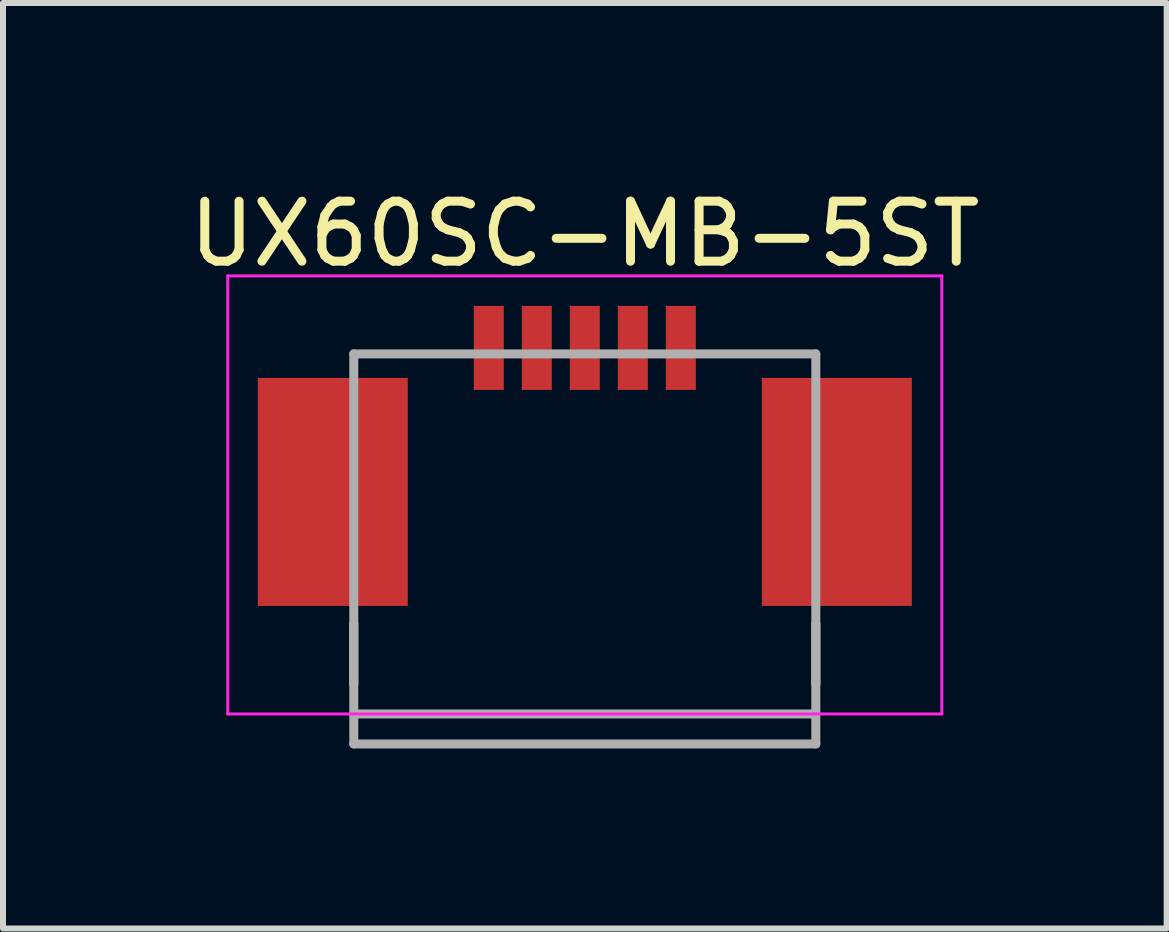
<source format=kicad_pcb>
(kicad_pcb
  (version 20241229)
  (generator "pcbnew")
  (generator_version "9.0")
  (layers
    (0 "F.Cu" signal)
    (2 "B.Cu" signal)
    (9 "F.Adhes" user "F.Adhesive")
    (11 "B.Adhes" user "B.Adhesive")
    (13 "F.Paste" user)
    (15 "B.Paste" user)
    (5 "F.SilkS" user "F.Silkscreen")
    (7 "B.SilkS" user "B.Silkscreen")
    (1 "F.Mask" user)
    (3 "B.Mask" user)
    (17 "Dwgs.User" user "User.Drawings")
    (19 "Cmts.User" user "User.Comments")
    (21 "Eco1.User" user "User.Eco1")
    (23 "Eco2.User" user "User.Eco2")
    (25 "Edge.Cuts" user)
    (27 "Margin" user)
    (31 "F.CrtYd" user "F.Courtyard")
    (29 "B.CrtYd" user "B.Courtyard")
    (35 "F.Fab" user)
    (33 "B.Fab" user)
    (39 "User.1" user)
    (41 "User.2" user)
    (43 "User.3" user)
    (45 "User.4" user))
  (footprint "UX60SC-MB-5ST"
    (layer "F.Cu")
    (at 6.696 8.848)
    (property "Reference" "UX60SC-MB-5ST" (at 0 -8 0) (layer "F.SilkS") (effects (font (size 1 1) (thickness 0.15))))
    (attr smd)
    (fp_line (start -3.85 -1.5) (end -3.85 -0.5) (stroke (width 0.15) (type solid)) (layer "F.SilkS"))
    (fp_line (start 3.85 -1.5) (end 3.85 -0.5) (stroke (width 0.15) (type solid)) (layer "F.SilkS"))
    (fp_line (start -5.95 -7.3) (end -5.95 0) (stroke (width 0.05) (type solid)) (layer "F.CrtYd"))
    (fp_line (start -5.95 -7.3) (end 5.95 -7.3) (stroke (width 0.05) (type solid)) (layer "F.CrtYd"))
    (fp_line (start -5.95 0) (end 5.95 0) (stroke (width 0.05) (type solid)) (layer "F.CrtYd"))
    (fp_line (start 5.95 -7.3) (end 5.95 0) (stroke (width 0.05) (type solid)) (layer "F.CrtYd"))
    (fp_line (start -3.85 -6) (end -3.85 0.5) (stroke (width 0.15) (type solid)) (layer "F.Fab"))
    (fp_line (start -3.85 -6) (end 3.85 -6) (stroke (width 0.15) (type solid)) (layer "F.Fab"))
    (fp_line (start -3.85 0) (end 3.85 0) (stroke (width 0.15) (type solid)) (layer "F.Fab"))
    (fp_line (start -3.85 0.5) (end 3.85 0.5) (stroke (width 0.15) (type solid)) (layer "F.Fab"))
    (fp_line (start 3.85 -6) (end 3.85 0.5) (stroke (width 0.15) (type solid)) (layer "F.Fab"))
    (pad "1" smd rect (at -1.6 -6.1) (size 0.5 1.4) (layers "F.Cu" "F.Mask" "F.Paste"))
    (pad "2" smd rect (at -0.8 -6.1) (size 0.5 1.4) (layers "F.Cu" "F.Mask" "F.Paste"))
    (pad "3" smd rect (at 0 -6.1) (size 0.5 1.4) (layers "F.Cu" "F.Mask" "F.Paste"))
    (pad "4" smd rect (at 0.8 -6.1) (size 0.5 1.4) (layers "F.Cu" "F.Mask" "F.Paste"))
    (pad "5" smd rect (at 1.6 -6.1) (size 0.5 1.4) (layers "F.Cu" "F.Mask" "F.Paste"))
    (pad "6" smd rect (at -4.2 -3.7) (size 2.5 3.8) (layers "F.Cu" "F.Mask" "F.Paste"))
    (pad "6" smd rect (at 4.2 -3.7) (size 2.5 3.8) (layers "F.Cu" "F.Mask" "F.Paste")))
  (gr_rect
    (start -3 -3)
    (end 16.393 12.423)
    (stroke (width 0.1) (type default))
    (fill no)
    (layer "Edge.Cuts")))
</source>
